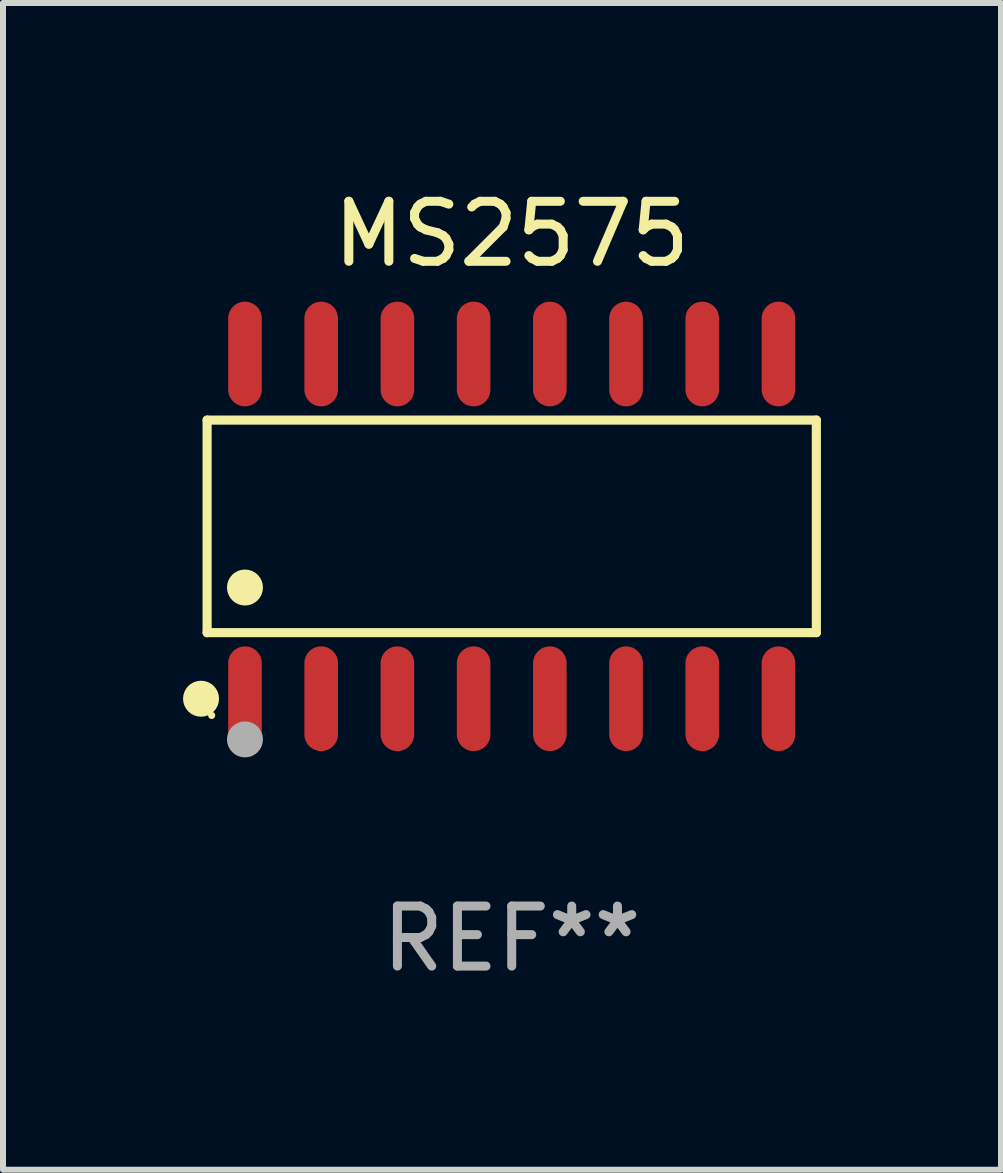
<source format=kicad_pcb>
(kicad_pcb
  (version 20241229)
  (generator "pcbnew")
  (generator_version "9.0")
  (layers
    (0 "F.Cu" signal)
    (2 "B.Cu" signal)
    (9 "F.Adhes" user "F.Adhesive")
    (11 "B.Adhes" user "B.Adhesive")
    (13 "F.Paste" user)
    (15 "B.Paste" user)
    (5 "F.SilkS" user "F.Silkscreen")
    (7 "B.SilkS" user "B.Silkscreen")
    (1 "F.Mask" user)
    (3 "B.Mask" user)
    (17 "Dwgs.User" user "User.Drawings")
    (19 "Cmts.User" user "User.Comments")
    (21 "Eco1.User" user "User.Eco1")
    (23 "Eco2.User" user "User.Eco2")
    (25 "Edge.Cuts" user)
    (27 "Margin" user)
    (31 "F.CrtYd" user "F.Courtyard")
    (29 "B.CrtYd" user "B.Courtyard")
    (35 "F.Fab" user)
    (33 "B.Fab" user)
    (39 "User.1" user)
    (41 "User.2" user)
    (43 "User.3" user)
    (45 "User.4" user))
  (footprint "MS2575"
    (layer "F.Cu")
    (at 5.477 5.721)
    (property "Reference" "MS2575" (at 0 -4.872 0) (layer "F.SilkS") (effects (font (size 1 1) (thickness 0.15))))
    (attr through_hole)
    (fp_line (start -5.076 -1.771) (end 5.076 -1.771) (stroke (width 0.152) (type solid)) (layer "F.SilkS"))
    (fp_line (start -5.076 1.771) (end -5.076 -1.771) (stroke (width 0.152) (type solid)) (layer "F.SilkS"))
    (fp_line (start 5.076 -1.771) (end 5.076 1.771) (stroke (width 0.152) (type solid)) (layer "F.SilkS"))
    (fp_line (start 5.076 1.771) (end -5.076 1.771) (stroke (width 0.152) (type solid)) (layer "F.SilkS"))
    (fp_circle (center -5.177 2.872) (end -5.027 2.872) (stroke (width 0.3) (type solid)) (fill no) (layer "F.SilkS"))
    (fp_circle (center -5 3.15) (end -4.97 3.15) (stroke (width 0.06) (type solid)) (fill no) (layer "F.SilkS"))
    (fp_circle (center -4.445 1.019) (end -4.295 1.019) (stroke (width 0.3) (type solid)) (fill no) (layer "F.SilkS"))
    (fp_circle (center -4.445 3.55) (end -4.295 3.55) (stroke (width 0.3) (type solid)) (fill no) (layer "F.Fab"))
    (fp_text user "REF**" (at 0 6.872 0) (layer "F.Fab") (effects (font (size 1 1) (thickness 0.15))))
    (pad "1" smd oval (at -4.445 2.872) (size 0.56 1.745) (layers "F.Cu" "F.Mask" "F.Paste"))
    (pad "2" smd oval (at -3.175 2.872) (size 0.56 1.745) (layers "F.Cu" "F.Mask" "F.Paste"))
    (pad "3" smd oval (at -1.905 2.872) (size 0.56 1.745) (layers "F.Cu" "F.Mask" "F.Paste"))
    (pad "4" smd oval (at -0.635 2.872) (size 0.56 1.745) (layers "F.Cu" "F.Mask" "F.Paste"))
    (pad "5" smd oval (at 0.635 2.872) (size 0.56 1.745) (layers "F.Cu" "F.Mask" "F.Paste"))
    (pad "6" smd oval (at 1.905 2.872) (size 0.56 1.745) (layers "F.Cu" "F.Mask" "F.Paste"))
    (pad "7" smd oval (at 3.175 2.872) (size 0.56 1.745) (layers "F.Cu" "F.Mask" "F.Paste"))
    (pad "8" smd oval (at 4.445 2.872) (size 0.56 1.745) (layers "F.Cu" "F.Mask" "F.Paste"))
    (pad "9" smd oval (at 4.445 -2.872) (size 0.56 1.745) (layers "F.Cu" "F.Mask" "F.Paste"))
    (pad "10" smd oval (at 3.175 -2.872) (size 0.56 1.745) (layers "F.Cu" "F.Mask" "F.Paste"))
    (pad "11" smd oval (at 1.905 -2.872) (size 0.56 1.745) (layers "F.Cu" "F.Mask" "F.Paste"))
    (pad "12" smd oval (at 0.635 -2.872) (size 0.56 1.745) (layers "F.Cu" "F.Mask" "F.Paste"))
    (pad "13" smd oval (at -0.635 -2.872) (size 0.56 1.745) (layers "F.Cu" "F.Mask" "F.Paste"))
    (pad "14" smd oval (at -1.905 -2.872) (size 0.56 1.745) (layers "F.Cu" "F.Mask" "F.Paste"))
    (pad "15" smd oval (at -3.175 -2.872) (size 0.56 1.745) (layers "F.Cu" "F.Mask" "F.Paste"))
    (pad "16" smd oval (at -4.445 -2.872) (size 0.56 1.745) (layers "F.Cu" "F.Mask" "F.Paste")))
  (gr_rect
    (start -3 -3)
    (end 13.63 16.441)
    (stroke (width 0.1) (type default))
    (fill no)
    (layer "Edge.Cuts")))
</source>
